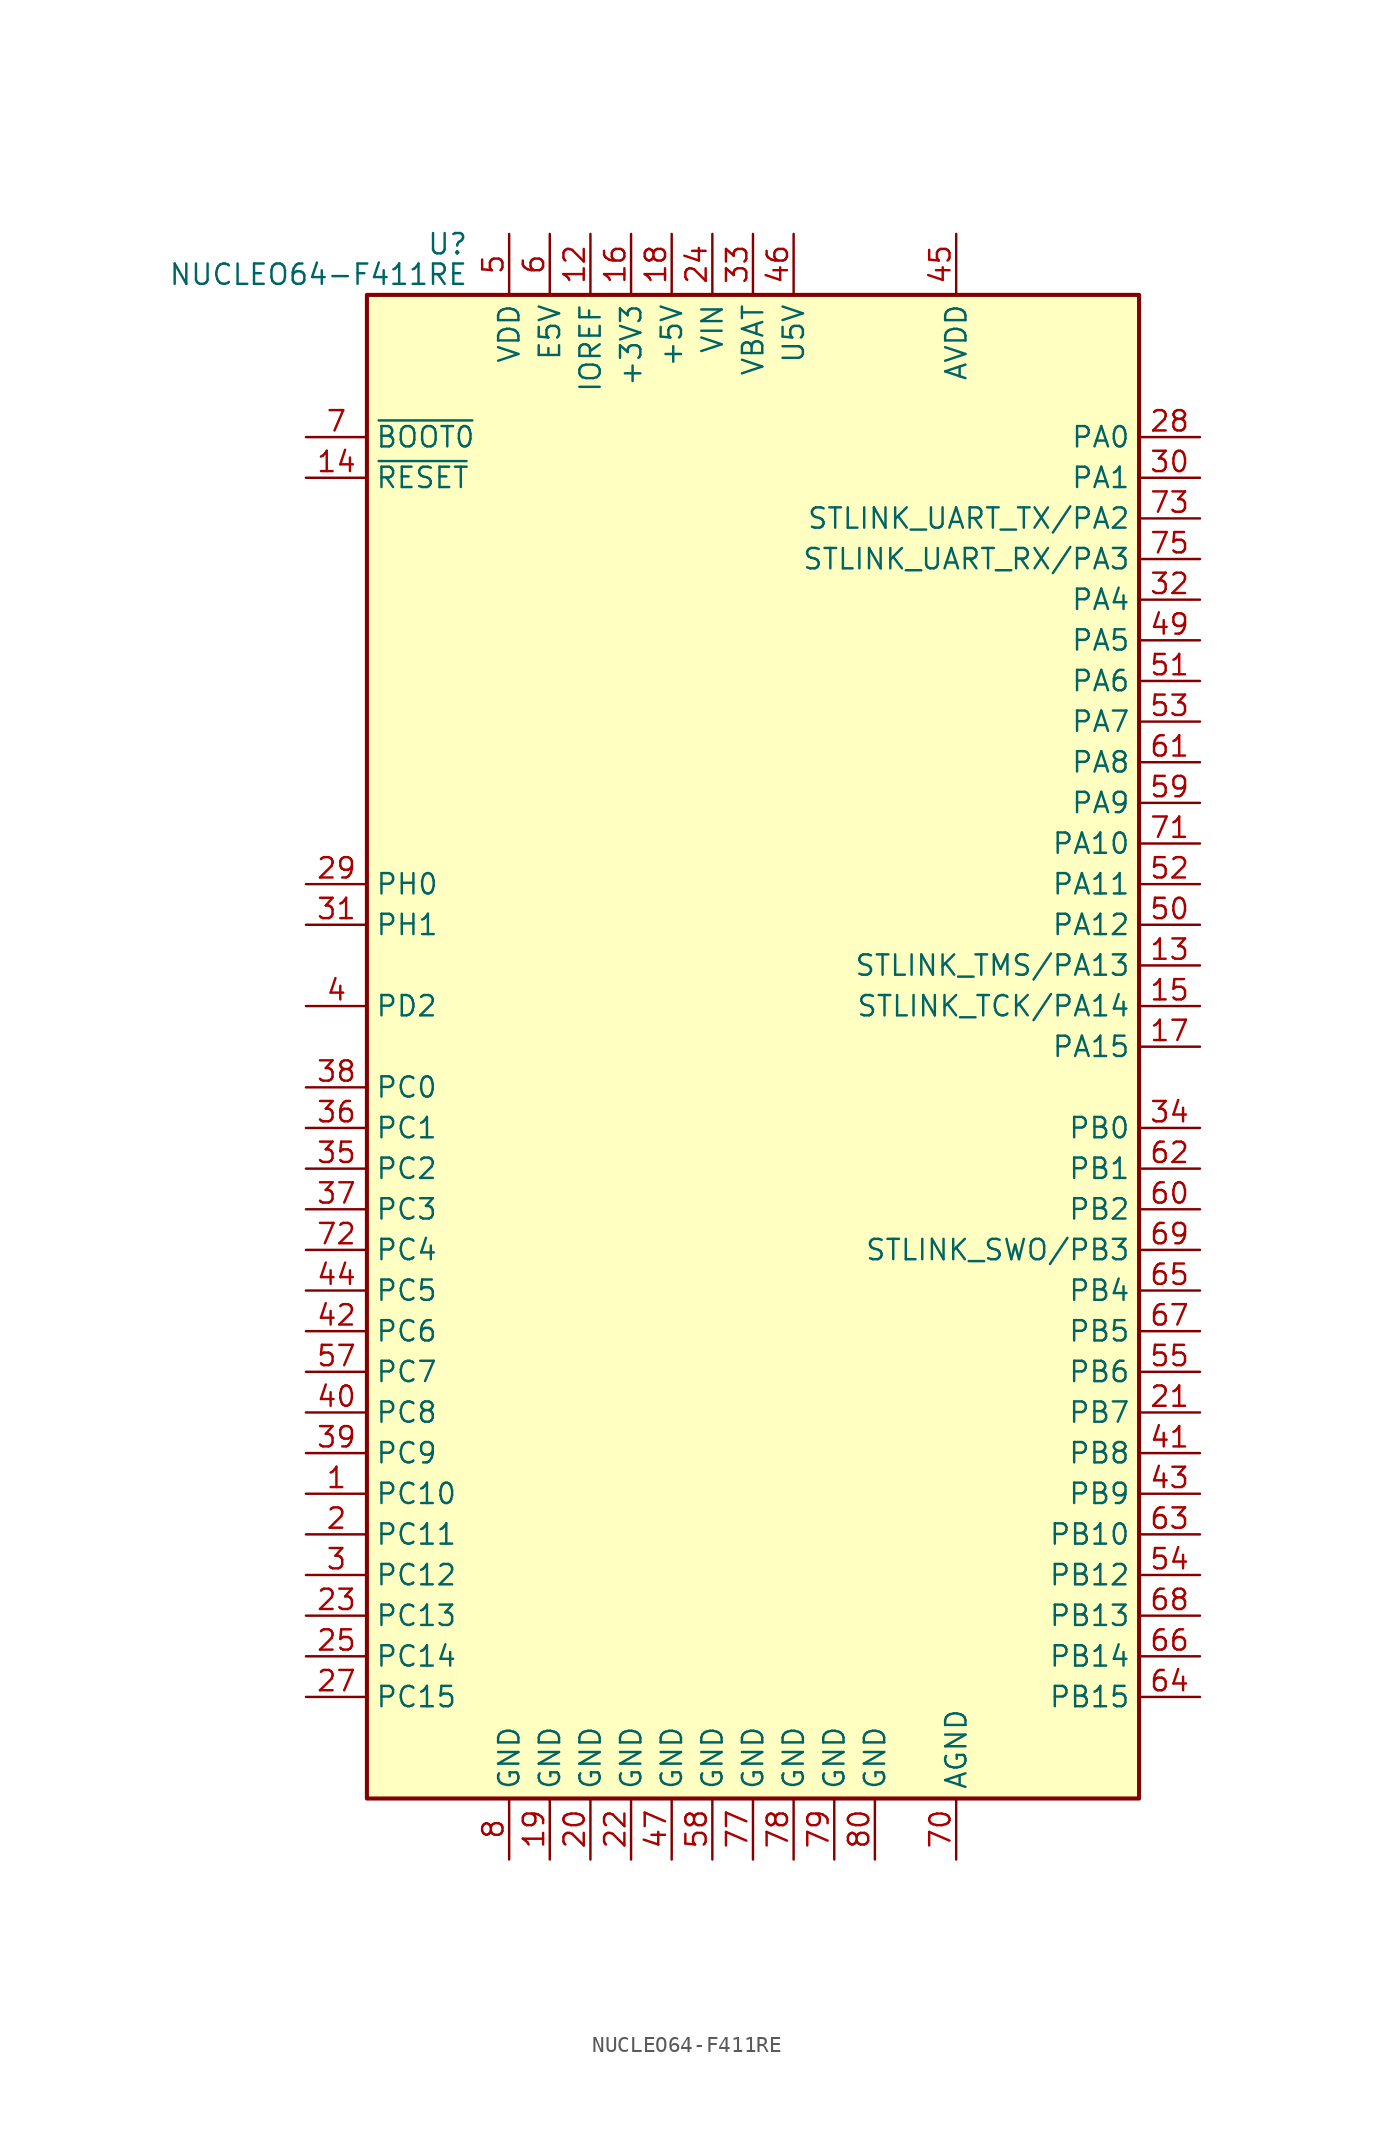
<source format=kicad_sym>
(kicad_symbol_lib
  (version 20201005)
  (generator kicad_symbol_editor)
  (symbol "MCU_Module:NUCLEO64-F411RE"
    (property "Reference" "U"
      (at -17.78 50.165 0)
      (effects (font (size 1.27 1.27)) (justify right)))
    (property "Value" "NUCLEO64-F411RE"
      (at -17.78 48.26 0)
      (effects (font (size 1.27 1.27)) (justify right)))
    (symbol "NUCLEO64-F411RE_0_1"
      (rectangle (start -24.13 -46.99) (end 24.13 46.99) (stroke (width 0.254)) (fill (type background))))
    (symbol "NUCLEO64-F411RE_1_1"
      (pin bidirectional line (at -27.94 -27.94 0) (length 3.81) (name "PC10" (effects (font (size 1.27 1.27)))) (number "1" (effects (font (size 1.27 1.27)))))
      (pin no_connect line (at -27.94 20.32 0) (length 3.81) hide (name "NC" (effects (font (size 1.27 1.27)))) (number "10" (effects (font (size 1.27 1.27)))))
      (pin no_connect line (at -27.94 15.24 0) (length 3.81) hide (name "NC" (effects (font (size 1.27 1.27)))) (number "11" (effects (font (size 1.27 1.27)))))
      (pin power_in line (at -10.16 50.8 270) (length 3.81) (name "IOREF" (effects (font (size 1.27 1.27)))) (number "12" (effects (font (size 1.27 1.27)))))
      (pin bidirectional line (at 27.94 5.08 180) (length 3.81) (name "STLINK_TMS/PA13" (effects (font (size 1.27 1.27)))) (number "13" (effects (font (size 1.27 1.27)))))
      (pin input line (at -27.94 35.56 0) (length 3.81) (name "~RESET" (effects (font (size 1.27 1.27)))) (number "14" (effects (font (size 1.27 1.27)))))
      (pin bidirectional line (at 27.94 2.54 180) (length 3.81) (name "STLINK_TCK/PA14" (effects (font (size 1.27 1.27)))) (number "15" (effects (font (size 1.27 1.27)))))
      (pin power_in line (at -7.62 50.8 270) (length 3.81) (name "+3V3" (effects (font (size 1.27 1.27)))) (number "16" (effects (font (size 1.27 1.27)))))
      (pin bidirectional line (at 27.94 0 180) (length 3.81) (name "PA15" (effects (font (size 1.27 1.27)))) (number "17" (effects (font (size 1.27 1.27)))))
      (pin power_in line (at -5.08 50.8 270) (length 3.81) (name "+5V" (effects (font (size 1.27 1.27)))) (number "18" (effects (font (size 1.27 1.27)))))
      (pin power_in line (at -12.7 -50.8 90) (length 3.81) (name "GND" (effects (font (size 1.27 1.27)))) (number "19" (effects (font (size 1.27 1.27)))))
      (pin bidirectional line (at -27.94 -30.48 0) (length 3.81) (name "PC11" (effects (font (size 1.27 1.27)))) (number "2" (effects (font (size 1.27 1.27)))))
      (pin power_in line (at -10.16 -50.8 90) (length 3.81) (name "GND" (effects (font (size 1.27 1.27)))) (number "20" (effects (font (size 1.27 1.27)))))
      (pin bidirectional line (at 27.94 -22.86 180) (length 3.81) (name "PB7" (effects (font (size 1.27 1.27)))) (number "21" (effects (font (size 1.27 1.27)))))
      (pin power_in line (at -7.62 -50.8 90) (length 3.81) (name "GND" (effects (font (size 1.27 1.27)))) (number "22" (effects (font (size 1.27 1.27)))))
      (pin bidirectional line (at -27.94 -35.56 0) (length 3.81) (name "PC13" (effects (font (size 1.27 1.27)))) (number "23" (effects (font (size 1.27 1.27)))))
      (pin power_in line (at -2.54 50.8 270) (length 3.81) (name "VIN" (effects (font (size 1.27 1.27)))) (number "24" (effects (font (size 1.27 1.27)))))
      (pin bidirectional line (at -27.94 -38.1 0) (length 3.81) (name "PC14" (effects (font (size 1.27 1.27)))) (number "25" (effects (font (size 1.27 1.27)))))
      (pin no_connect line (at -27.94 22.86 0) (length 3.81) hide (name "NC" (effects (font (size 1.27 1.27)))) (number "26" (effects (font (size 1.27 1.27)))))
      (pin bidirectional line (at -27.94 -40.64 0) (length 3.81) (name "PC15" (effects (font (size 1.27 1.27)))) (number "27" (effects (font (size 1.27 1.27)))))
      (pin bidirectional line (at 27.94 38.1 180) (length 3.81) (name "PA0" (effects (font (size 1.27 1.27)))) (number "28" (effects (font (size 1.27 1.27)))))
      (pin bidirectional line (at -27.94 10.16 0) (length 3.81) (name "PH0" (effects (font (size 1.27 1.27)))) (number "29" (effects (font (size 1.27 1.27)))))
      (pin bidirectional line (at -27.94 -33.02 0) (length 3.81) (name "PC12" (effects (font (size 1.27 1.27)))) (number "3" (effects (font (size 1.27 1.27)))))
      (pin bidirectional line (at 27.94 35.56 180) (length 3.81) (name "PA1" (effects (font (size 1.27 1.27)))) (number "30" (effects (font (size 1.27 1.27)))))
      (pin bidirectional line (at -27.94 7.62 0) (length 3.81) (name "PH1" (effects (font (size 1.27 1.27)))) (number "31" (effects (font (size 1.27 1.27)))))
      (pin bidirectional line (at 27.94 27.94 180) (length 3.81) (name "PA4" (effects (font (size 1.27 1.27)))) (number "32" (effects (font (size 1.27 1.27)))))
      (pin power_in line (at 0 50.8 270) (length 3.81) (name "VBAT" (effects (font (size 1.27 1.27)))) (number "33" (effects (font (size 1.27 1.27)))))
      (pin bidirectional line (at 27.94 -5.08 180) (length 3.81) (name "PB0" (effects (font (size 1.27 1.27)))) (number "34" (effects (font (size 1.27 1.27)))))
      (pin bidirectional line (at -27.94 -7.62 0) (length 3.81) (name "PC2" (effects (font (size 1.27 1.27)))) (number "35" (effects (font (size 1.27 1.27)))))
      (pin bidirectional line (at -27.94 -5.08 0) (length 3.81) (name "PC1" (effects (font (size 1.27 1.27)))) (number "36" (effects (font (size 1.27 1.27)))))
      (pin bidirectional line (at -27.94 -10.16 0) (length 3.81) (name "PC3" (effects (font (size 1.27 1.27)))) (number "37" (effects (font (size 1.27 1.27)))))
      (pin bidirectional line (at -27.94 -2.54 0) (length 3.81) (name "PC0" (effects (font (size 1.27 1.27)))) (number "38" (effects (font (size 1.27 1.27)))))
      (pin bidirectional line (at -27.94 -25.4 0) (length 3.81) (name "PC9" (effects (font (size 1.27 1.27)))) (number "39" (effects (font (size 1.27 1.27)))))
      (pin bidirectional line (at -27.94 2.54 0) (length 3.81) (name "PD2" (effects (font (size 1.27 1.27)))) (number "4" (effects (font (size 1.27 1.27)))))
      (pin bidirectional line (at -27.94 -22.86 0) (length 3.81) (name "PC8" (effects (font (size 1.27 1.27)))) (number "40" (effects (font (size 1.27 1.27)))))
      (pin bidirectional line (at 27.94 -25.4 180) (length 3.81) (name "PB8" (effects (font (size 1.27 1.27)))) (number "41" (effects (font (size 1.27 1.27)))))
      (pin bidirectional line (at -27.94 -17.78 0) (length 3.81) (name "PC6" (effects (font (size 1.27 1.27)))) (number "42" (effects (font (size 1.27 1.27)))))
      (pin bidirectional line (at 27.94 -27.94 180) (length 3.81) (name "PB9" (effects (font (size 1.27 1.27)))) (number "43" (effects (font (size 1.27 1.27)))))
      (pin bidirectional line (at -27.94 -15.24 0) (length 3.81) (name "PC5" (effects (font (size 1.27 1.27)))) (number "44" (effects (font (size 1.27 1.27)))))
      (pin power_in line (at 12.7 50.8 270) (length 3.81) (name "AVDD" (effects (font (size 1.27 1.27)))) (number "45" (effects (font (size 1.27 1.27)))))
      (pin power_in line (at 2.54 50.8 270) (length 3.81) (name "U5V" (effects (font (size 1.27 1.27)))) (number "46" (effects (font (size 1.27 1.27)))))
      (pin power_in line (at -5.08 -50.8 90) (length 3.81) (name "GND" (effects (font (size 1.27 1.27)))) (number "47" (effects (font (size 1.27 1.27)))))
      (pin no_connect line (at -27.94 25.4 0) (length 3.81) hide (name "NC" (effects (font (size 1.27 1.27)))) (number "48" (effects (font (size 1.27 1.27)))))
      (pin bidirectional line (at 27.94 25.4 180) (length 3.81) (name "PA5" (effects (font (size 1.27 1.27)))) (number "49" (effects (font (size 1.27 1.27)))))
      (pin power_in line (at -15.24 50.8 270) (length 3.81) (name "VDD" (effects (font (size 1.27 1.27)))) (number "5" (effects (font (size 1.27 1.27)))))
      (pin bidirectional line (at 27.94 7.62 180) (length 3.81) (name "PA12" (effects (font (size 1.27 1.27)))) (number "50" (effects (font (size 1.27 1.27)))))
      (pin bidirectional line (at 27.94 22.86 180) (length 3.81) (name "PA6" (effects (font (size 1.27 1.27)))) (number "51" (effects (font (size 1.27 1.27)))))
      (pin bidirectional line (at 27.94 10.16 180) (length 3.81) (name "PA11" (effects (font (size 1.27 1.27)))) (number "52" (effects (font (size 1.27 1.27)))))
      (pin bidirectional line (at 27.94 20.32 180) (length 3.81) (name "PA7" (effects (font (size 1.27 1.27)))) (number "53" (effects (font (size 1.27 1.27)))))
      (pin bidirectional line (at 27.94 -33.02 180) (length 3.81) (name "PB12" (effects (font (size 1.27 1.27)))) (number "54" (effects (font (size 1.27 1.27)))))
      (pin bidirectional line (at 27.94 -20.32 180) (length 3.81) (name "PB6" (effects (font (size 1.27 1.27)))) (number "55" (effects (font (size 1.27 1.27)))))
      (pin no_connect line (at -27.94 33.02 0) (length 3.81) hide (name "NC" (effects (font (size 1.27 1.27)))) (number "56" (effects (font (size 1.27 1.27)))))
      (pin bidirectional line (at -27.94 -20.32 0) (length 3.81) (name "PC7" (effects (font (size 1.27 1.27)))) (number "57" (effects (font (size 1.27 1.27)))))
      (pin power_in line (at -2.54 -50.8 90) (length 3.81) (name "GND" (effects (font (size 1.27 1.27)))) (number "58" (effects (font (size 1.27 1.27)))))
      (pin bidirectional line (at 27.94 15.24 180) (length 3.81) (name "PA9" (effects (font (size 1.27 1.27)))) (number "59" (effects (font (size 1.27 1.27)))))
      (pin power_in line (at -12.7 50.8 270) (length 3.81) (name "E5V" (effects (font (size 1.27 1.27)))) (number "6" (effects (font (size 1.27 1.27)))))
      (pin bidirectional line (at 27.94 -10.16 180) (length 3.81) (name "PB2" (effects (font (size 1.27 1.27)))) (number "60" (effects (font (size 1.27 1.27)))))
      (pin bidirectional line (at 27.94 17.78 180) (length 3.81) (name "PA8" (effects (font (size 1.27 1.27)))) (number "61" (effects (font (size 1.27 1.27)))))
      (pin bidirectional line (at 27.94 -7.62 180) (length 3.81) (name "PB1" (effects (font (size 1.27 1.27)))) (number "62" (effects (font (size 1.27 1.27)))))
      (pin bidirectional line (at 27.94 -30.48 180) (length 3.81) (name "PB10" (effects (font (size 1.27 1.27)))) (number "63" (effects (font (size 1.27 1.27)))))
      (pin bidirectional line (at 27.94 -40.64 180) (length 3.81) (name "PB15" (effects (font (size 1.27 1.27)))) (number "64" (effects (font (size 1.27 1.27)))))
      (pin bidirectional line (at 27.94 -15.24 180) (length 3.81) (name "PB4" (effects (font (size 1.27 1.27)))) (number "65" (effects (font (size 1.27 1.27)))))
      (pin bidirectional line (at 27.94 -38.1 180) (length 3.81) (name "PB14" (effects (font (size 1.27 1.27)))) (number "66" (effects (font (size 1.27 1.27)))))
      (pin bidirectional line (at 27.94 -17.78 180) (length 3.81) (name "PB5" (effects (font (size 1.27 1.27)))) (number "67" (effects (font (size 1.27 1.27)))))
      (pin bidirectional line (at 27.94 -35.56 180) (length 3.81) (name "PB13" (effects (font (size 1.27 1.27)))) (number "68" (effects (font (size 1.27 1.27)))))
      (pin bidirectional line (at 27.94 -12.7 180) (length 3.81) (name "STLINK_SWO/PB3" (effects (font (size 1.27 1.27)))) (number "69" (effects (font (size 1.27 1.27)))))
      (pin input line (at -27.94 38.1 0) (length 3.81) (name "~BOOT0" (effects (font (size 1.27 1.27)))) (number "7" (effects (font (size 1.27 1.27)))))
      (pin power_in line (at 12.7 -50.8 90) (length 3.81) (name "AGND" (effects (font (size 1.27 1.27)))) (number "70" (effects (font (size 1.27 1.27)))))
      (pin bidirectional line (at 27.94 12.7 180) (length 3.81) (name "PA10" (effects (font (size 1.27 1.27)))) (number "71" (effects (font (size 1.27 1.27)))))
      (pin bidirectional line (at -27.94 -12.7 0) (length 3.81) (name "PC4" (effects (font (size 1.27 1.27)))) (number "72" (effects (font (size 1.27 1.27)))))
      (pin bidirectional line (at 27.94 33.02 180) (length 3.81) (name "STLINK_UART_TX/PA2" (effects (font (size 1.27 1.27)))) (number "73" (effects (font (size 1.27 1.27)))))
      (pin no_connect line (at -27.94 30.48 0) (length 3.81) hide (name "NC" (effects (font (size 1.27 1.27)))) (number "74" (effects (font (size 1.27 1.27)))))
      (pin bidirectional line (at 27.94 30.48 180) (length 3.81) (name "STLINK_UART_RX/PA3" (effects (font (size 1.27 1.27)))) (number "75" (effects (font (size 1.27 1.27)))))
      (pin no_connect line (at -27.94 27.94 0) (length 3.81) hide (name "NC" (effects (font (size 1.27 1.27)))) (number "76" (effects (font (size 1.27 1.27)))))
      (pin power_in line (at 0 -50.8 90) (length 3.81) (name "GND" (effects (font (size 1.27 1.27)))) (number "77" (effects (font (size 1.27 1.27)))))
      (pin power_in line (at 2.54 -50.8 90) (length 3.81) (name "GND" (effects (font (size 1.27 1.27)))) (number "78" (effects (font (size 1.27 1.27)))))
      (pin power_in line (at 5.08 -50.8 90) (length 3.81) (name "GND" (effects (font (size 1.27 1.27)))) (number "79" (effects (font (size 1.27 1.27)))))
      (pin power_in line (at -15.24 -50.8 90) (length 3.81) (name "GND" (effects (font (size 1.27 1.27)))) (number "8" (effects (font (size 1.27 1.27)))))
      (pin power_in line (at 7.62 -50.8 90) (length 3.81) (name "GND" (effects (font (size 1.27 1.27)))) (number "80" (effects (font (size 1.27 1.27)))))
      (pin no_connect line (at -27.94 17.78 0) (length 3.81) hide (name "NC" (effects (font (size 1.27 1.27)))) (number "9" (effects (font (size 1.27 1.27))))))))
</source>
